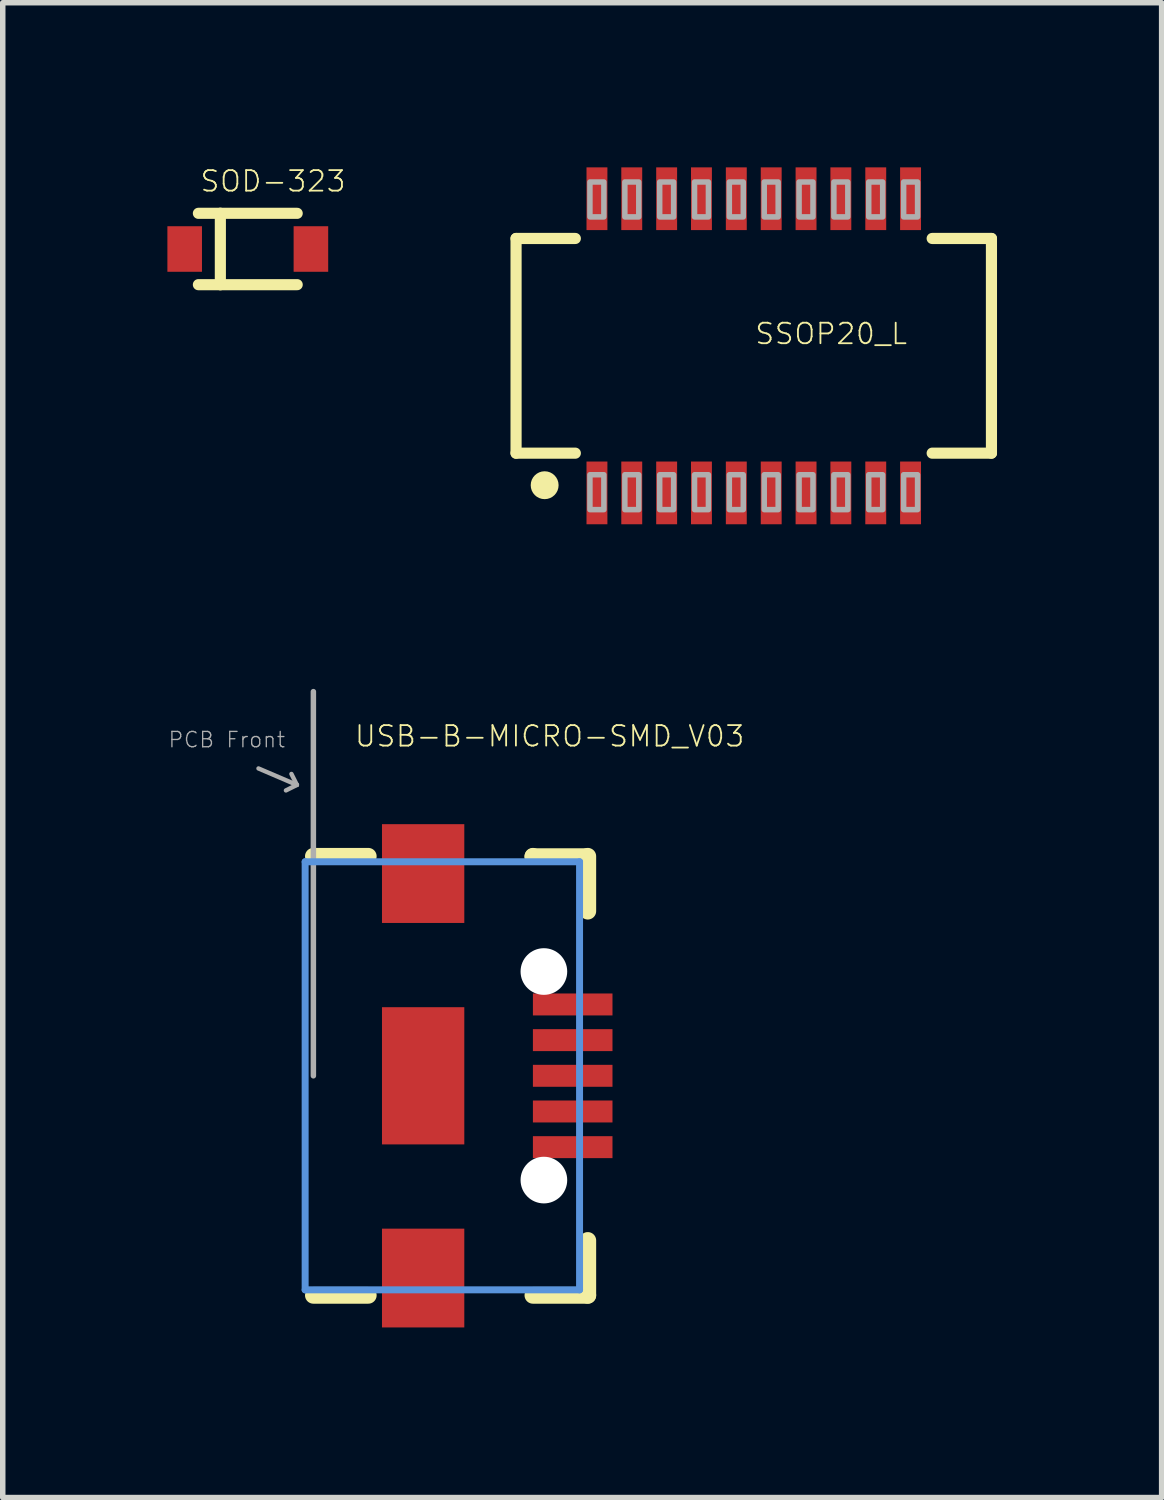
<source format=kicad_pcb>
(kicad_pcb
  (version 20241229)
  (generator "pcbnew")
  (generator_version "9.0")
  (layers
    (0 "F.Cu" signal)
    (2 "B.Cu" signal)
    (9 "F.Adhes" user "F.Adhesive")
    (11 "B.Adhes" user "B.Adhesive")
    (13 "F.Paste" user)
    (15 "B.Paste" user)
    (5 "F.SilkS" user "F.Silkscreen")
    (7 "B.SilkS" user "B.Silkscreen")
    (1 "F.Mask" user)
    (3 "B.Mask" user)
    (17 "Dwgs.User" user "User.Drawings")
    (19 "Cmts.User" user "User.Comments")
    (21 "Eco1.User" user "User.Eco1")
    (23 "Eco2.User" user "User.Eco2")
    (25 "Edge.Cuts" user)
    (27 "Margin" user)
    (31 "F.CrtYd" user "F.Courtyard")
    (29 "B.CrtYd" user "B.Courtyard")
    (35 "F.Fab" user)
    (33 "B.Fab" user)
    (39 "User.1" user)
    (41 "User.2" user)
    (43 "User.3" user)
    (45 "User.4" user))
  (footprint "SSOP20_L"
    (layer "F.Cu")
    (at 10.684 3.251)
    (property "Reference" "SSOP20_L" (at 0 0 0) (layer "F.SilkS") (effects (font (size 0.374 0.374) (thickness 0.033)) (justify left bottom)))
    (fp_line (start -4.331 -1.956) (end -4.331 1.956) (stroke (width 0.203) (type solid)) (layer "F.SilkS"))
    (fp_line (start -4.331 -1.956) (end -3.251 -1.956) (stroke (width 0.203) (type solid)) (layer "F.SilkS"))
    (fp_line (start -4.331 1.956) (end -3.251 1.956) (stroke (width 0.203) (type solid)) (layer "F.SilkS"))
    (fp_line (start 3.251 -1.956) (end 4.331 -1.956) (stroke (width 0.203) (type solid)) (layer "F.SilkS"))
    (fp_line (start 3.251 1.956) (end 4.331 1.956) (stroke (width 0.203) (type solid)) (layer "F.SilkS"))
    (fp_line (start 4.331 1.956) (end 4.331 -1.956) (stroke (width 0.203) (type solid)) (layer "F.SilkS"))
    (fp_circle (center -3.81 2.54) (end -3.683 2.54) (stroke (width 0.254) (type solid)) (fill yes) (layer "F.SilkS"))
    (fp_poly (pts (xy -2.985 2.985) (xy -2.731 2.985) (xy -2.731 2.349) (xy -2.985 2.349)) (stroke (width 0.1) (type default)) (fill no) (layer "F.Fab"))
    (fp_poly (pts (xy -2.731 -2.985) (xy -2.985 -2.985) (xy -2.985 -2.349) (xy -2.731 -2.349)) (stroke (width 0.1) (type default)) (fill no) (layer "F.Fab"))
    (fp_poly (pts (xy -2.349 2.985) (xy -2.095 2.985) (xy -2.095 2.349) (xy -2.349 2.349)) (stroke (width 0.1) (type default)) (fill no) (layer "F.Fab"))
    (fp_poly (pts (xy -2.095 -2.985) (xy -2.349 -2.985) (xy -2.349 -2.349) (xy -2.095 -2.349)) (stroke (width 0.1) (type default)) (fill no) (layer "F.Fab"))
    (fp_poly (pts (xy -1.714 2.985) (xy -1.46 2.985) (xy -1.46 2.349) (xy -1.714 2.349)) (stroke (width 0.1) (type default)) (fill no) (layer "F.Fab"))
    (fp_poly (pts (xy -1.46 -2.985) (xy -1.714 -2.985) (xy -1.714 -2.349) (xy -1.46 -2.349)) (stroke (width 0.1) (type default)) (fill no) (layer "F.Fab"))
    (fp_poly (pts (xy -1.079 2.985) (xy -0.826 2.985) (xy -0.826 2.349) (xy -1.079 2.349)) (stroke (width 0.1) (type default)) (fill no) (layer "F.Fab"))
    (fp_poly (pts (xy -0.826 -2.985) (xy -1.079 -2.985) (xy -1.079 -2.349) (xy -0.826 -2.349)) (stroke (width 0.1) (type default)) (fill no) (layer "F.Fab"))
    (fp_poly (pts (xy -0.445 2.985) (xy -0.191 2.985) (xy -0.191 2.349) (xy -0.445 2.349)) (stroke (width 0.1) (type default)) (fill no) (layer "F.Fab"))
    (fp_poly (pts (xy -0.191 -2.985) (xy -0.445 -2.985) (xy -0.445 -2.349) (xy -0.191 -2.349)) (stroke (width 0.1) (type default)) (fill no) (layer "F.Fab"))
    (fp_poly (pts (xy 0.191 2.985) (xy 0.445 2.985) (xy 0.445 2.349) (xy 0.191 2.349)) (stroke (width 0.1) (type default)) (fill no) (layer "F.Fab"))
    (fp_poly (pts (xy 0.445 -2.985) (xy 0.191 -2.985) (xy 0.191 -2.349) (xy 0.445 -2.349)) (stroke (width 0.1) (type default)) (fill no) (layer "F.Fab"))
    (fp_poly (pts (xy 0.826 2.985) (xy 1.079 2.985) (xy 1.079 2.349) (xy 0.826 2.349)) (stroke (width 0.1) (type default)) (fill no) (layer "F.Fab"))
    (fp_poly (pts (xy 1.079 -2.985) (xy 0.826 -2.985) (xy 0.826 -2.349) (xy 1.079 -2.349)) (stroke (width 0.1) (type default)) (fill no) (layer "F.Fab"))
    (fp_poly (pts (xy 1.46 2.985) (xy 1.714 2.985) (xy 1.714 2.349) (xy 1.46 2.349)) (stroke (width 0.1) (type default)) (fill no) (layer "F.Fab"))
    (fp_poly (pts (xy 1.714 -2.985) (xy 1.46 -2.985) (xy 1.46 -2.349) (xy 1.714 -2.349)) (stroke (width 0.1) (type default)) (fill no) (layer "F.Fab"))
    (fp_poly (pts (xy 2.095 2.985) (xy 2.349 2.985) (xy 2.349 2.349) (xy 2.095 2.349)) (stroke (width 0.1) (type default)) (fill no) (layer "F.Fab"))
    (fp_poly (pts (xy 2.349 -2.985) (xy 2.095 -2.985) (xy 2.095 -2.349) (xy 2.349 -2.349)) (stroke (width 0.1) (type default)) (fill no) (layer "F.Fab"))
    (fp_poly (pts (xy 2.731 2.985) (xy 2.985 2.985) (xy 2.985 2.349) (xy 2.731 2.349)) (stroke (width 0.1) (type default)) (fill no) (layer "F.Fab"))
    (fp_poly (pts (xy 2.985 -2.985) (xy 2.731 -2.985) (xy 2.731 -2.349) (xy 2.985 -2.349)) (stroke (width 0.1) (type default)) (fill no) (layer "F.Fab"))
    (pad "1" smd rect (at -2.857 2.68 180) (size 0.381 1.143) (layers "F.Cu" "F.Mask" "F.Paste"))
    (pad "2" smd rect (at -2.223 2.68 180) (size 0.381 1.143) (layers "F.Cu" "F.Mask" "F.Paste"))
    (pad "3" smd rect (at -1.587 2.68 180) (size 0.381 1.143) (layers "F.Cu" "F.Mask" "F.Paste"))
    (pad "4" smd rect (at -0.953 2.68 180) (size 0.381 1.143) (layers "F.Cu" "F.Mask" "F.Paste"))
    (pad "5" smd rect (at -0.318 2.68 180) (size 0.381 1.143) (layers "F.Cu" "F.Mask" "F.Paste"))
    (pad "6" smd rect (at 0.318 2.68 180) (size 0.381 1.143) (layers "F.Cu" "F.Mask" "F.Paste"))
    (pad "7" smd rect (at 0.953 2.68 180) (size 0.381 1.143) (layers "F.Cu" "F.Mask" "F.Paste"))
    (pad "8" smd rect (at 1.587 2.68 180) (size 0.381 1.143) (layers "F.Cu" "F.Mask" "F.Paste"))
    (pad "9" smd rect (at 2.223 2.68 180) (size 0.381 1.143) (layers "F.Cu" "F.Mask" "F.Paste"))
    (pad "10" smd rect (at 2.857 2.68 180) (size 0.381 1.143) (layers "F.Cu" "F.Mask" "F.Paste"))
    (pad "11" smd rect (at 2.857 -2.68) (size 0.381 1.143) (layers "F.Cu" "F.Mask" "F.Paste"))
    (pad "12" smd rect (at 2.223 -2.68) (size 0.381 1.143) (layers "F.Cu" "F.Mask" "F.Paste"))
    (pad "13" smd rect (at 1.587 -2.68) (size 0.381 1.143) (layers "F.Cu" "F.Mask" "F.Paste"))
    (pad "14" smd rect (at 0.953 -2.68) (size 0.381 1.143) (layers "F.Cu" "F.Mask" "F.Paste"))
    (pad "15" smd rect (at 0.318 -2.68) (size 0.381 1.143) (layers "F.Cu" "F.Mask" "F.Paste"))
    (pad "16" smd rect (at -0.318 -2.68) (size 0.381 1.143) (layers "F.Cu" "F.Mask" "F.Paste"))
    (pad "17" smd rect (at -0.953 -2.68) (size 0.381 1.143) (layers "F.Cu" "F.Mask" "F.Paste"))
    (pad "18" smd rect (at -1.587 -2.68) (size 0.381 1.143) (layers "F.Cu" "F.Mask" "F.Paste"))
    (pad "19" smd rect (at -2.223 -2.68) (size 0.381 1.143) (layers "F.Cu" "F.Mask" "F.Paste"))
    (pad "20" smd rect (at -2.857 -2.68) (size 0.381 1.143) (layers "F.Cu" "F.Mask" "F.Paste")))
  (footprint "SOD-323"
    (layer "F.Cu")
    (at 1.465 1.487)
    (property "Reference" "SOD-323" (at -0.889 -1.016 0) (layer "F.SilkS") (effects (font (size 0.374 0.374) (thickness 0.033)) (justify left bottom)))
    (fp_line (start -0.9 -0.65) (end -0.5 -0.65) (stroke (width 0.203) (type solid)) (layer "F.SilkS"))
    (fp_line (start -0.9 0.65) (end -0.5 0.65) (stroke (width 0.203) (type solid)) (layer "F.SilkS"))
    (fp_line (start -0.5 -0.65) (end -0.5 0.65) (stroke (width 0.203) (type solid)) (layer "F.SilkS"))
    (fp_line (start -0.5 -0.65) (end 0.9 -0.65) (stroke (width 0.203) (type solid)) (layer "F.SilkS"))
    (fp_line (start -0.5 0.65) (end 0.9 0.65) (stroke (width 0.203) (type solid)) (layer "F.SilkS"))
    (pad "A" smd rect (at 1.15 0) (size 0.63 0.83) (layers "F.Cu" "F.Mask" "F.Paste"))
    (pad "C" smd rect (at -1.15 0) (size 0.63 0.83) (layers "F.Cu" "F.Mask" "F.Paste")))
  (footprint "USB-B-MICRO-SMD_V03"
    (layer "F.Cu")
    (at 4.66 16.552)
    (property "Reference" "USB-B-MICRO-SMD_V03" (at -1.27 -5.969 0) (layer "F.SilkS") (effects (font (size 0.374 0.374) (thickness 0.033)) (justify left bottom)))
    (fp_poly (pts (xy -0.85 -2.684) (xy 0.85 -2.684) (xy 0.85 -4.684) (xy -0.85 -4.684)) (stroke (width 0) (type default)) (fill yes) (layer "F.Mask"))
    (fp_poly (pts (xy -0.85 1.35) (xy 0.85 1.35) (xy 0.85 -1.35) (xy -0.85 -1.35)) (stroke (width 0) (type default)) (fill yes) (layer "F.Mask"))
    (fp_poly (pts (xy -0.85 4.684) (xy 0.85 4.684) (xy 0.85 2.684) (xy -0.85 2.684)) (stroke (width 0) (type default)) (fill yes) (layer "F.Mask"))
    (fp_line (start -1 -4) (end -2 -4) (stroke (width 0.305) (type solid)) (layer "F.SilkS"))
    (fp_line (start -1 4) (end -2 4) (stroke (width 0.305) (type solid)) (layer "F.SilkS"))
    (fp_line (start 2 -3.993) (end 2 -4) (stroke (width 0.305) (type solid)) (layer "F.SilkS"))
    (fp_line (start 2 4) (end 3 4) (stroke (width 0.305) (type solid)) (layer "F.SilkS"))
    (fp_line (start 2.982 -3.993) (end 2 -3.993) (stroke (width 0.305) (type solid)) (layer "F.SilkS"))
    (fp_line (start 3 -4) (end 3 -3) (stroke (width 0.305) (type solid)) (layer "F.SilkS"))
    (fp_line (start 3 4) (end 3 3) (stroke (width 0.305) (type solid)) (layer "F.SilkS"))
    (fp_poly (pts (xy -0.75 -2.784) (xy 0.75 -2.784) (xy 0.75 -4.584) (xy -0.75 -4.584)) (stroke (width 0) (type default)) (fill yes) (layer "F.Paste"))
    (fp_poly (pts (xy -0.75 4.584) (xy 0.75 4.584) (xy 0.75 2.784) (xy -0.75 2.784)) (stroke (width 0) (type default)) (fill yes) (layer "F.Paste"))
    (fp_poly (pts (xy -0.35 0.75) (xy 0.35 0.75) (xy 0.35 -0.75) (xy -0.35 -0.75)) (stroke (width 0) (type default)) (fill yes) (layer "F.Paste"))
    (fp_line (start -2.15 -3.9) (end -2.15 3.9) (stroke (width 0.127) (type solid)) (layer "Cmts.User"))
    (fp_line (start 2.85 -3.9) (end -2.15 -3.9) (stroke (width 0.127) (type solid)) (layer "Cmts.User"))
    (fp_line (start 2.85 -3.9) (end 2.85 3.9) (stroke (width 0.127) (type solid)) (layer "Cmts.User"))
    (fp_line (start 2.85 3.9) (end -2.15 3.9) (stroke (width 0.127) (type solid)) (layer "Cmts.User"))
    (fp_line (start -3 -5.6) (end -2.3 -5.3) (stroke (width 0.08) (type solid)) (layer "F.Fab"))
    (fp_line (start -2.3 -5.3) (end -2.5 -5.2) (stroke (width 0.08) (type solid)) (layer "F.Fab"))
    (fp_line (start -2.3 -5.3) (end -2.4 -5.5) (stroke (width 0.08) (type solid)) (layer "F.Fab"))
    (fp_line (start -2 -7) (end -2 0) (stroke (width 0.1) (type solid)) (layer "F.Fab"))
    (fp_text user "PCB Front" (at -4.66 -5.96 0) (layer "F.Fab") (effects (font (size 0.28 0.28) (thickness 0.024)) (justify left bottom)))
    (pad "" np_thru_hole circle (at 2.2 -1.9) (size 0.85 0.85) (drill 0.85) (layers "*.Cu" "*.Mask"))
    (pad "" np_thru_hole circle (at 2.2 1.9) (size 0.85 0.85) (drill 0.85) (layers "*.Cu" "*.Mask"))
    (pad "D+" smd rect (at 2.725 0 90) (size 0.4 1.45) (layers "F.Cu" "F.Mask" "F.Paste"))
    (pad "D-" smd rect (at 2.725 -0.65 90) (size 0.4 1.45) (layers "F.Cu" "F.Mask" "F.Paste"))
    (pad "GND" smd rect (at 2.725 1.3 90) (size 0.4 1.45) (layers "F.Cu" "F.Mask" "F.Paste"))
    (pad "ID" smd rect (at 2.725 0.65 90) (size 0.4 1.45) (layers "F.Cu" "F.Mask" "F.Paste"))
    (pad "SHIELD1" smd rect (at 0 -3.685 90) (size 1.8 1.5) (layers "F.Cu"))
    (pad "SHIELD2" smd rect (at 0 3.685 90) (size 1.8 1.5) (layers "F.Cu"))
    (pad "SHIELD3" smd rect (at 0 0 90) (size 2.5 1.5) (layers "F.Cu"))
    (pad "VBUS" smd rect (at 2.725 -1.3 90) (size 0.4 1.45) (layers "F.Cu" "F.Mask" "F.Paste")))
  (gr_rect
    (start -3 -3)
    (end 18.116 24.236)
    (stroke (width 0.1) (type default))
    (fill no)
    (layer "Edge.Cuts")))
</source>
